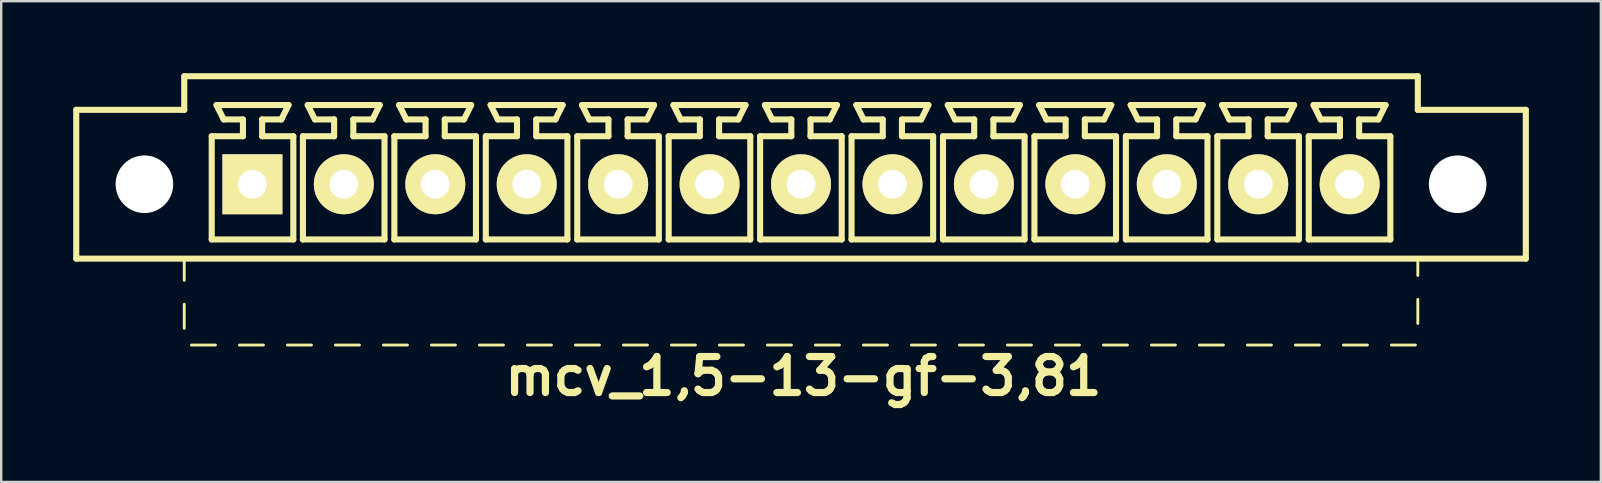
<source format=kicad_pcb>
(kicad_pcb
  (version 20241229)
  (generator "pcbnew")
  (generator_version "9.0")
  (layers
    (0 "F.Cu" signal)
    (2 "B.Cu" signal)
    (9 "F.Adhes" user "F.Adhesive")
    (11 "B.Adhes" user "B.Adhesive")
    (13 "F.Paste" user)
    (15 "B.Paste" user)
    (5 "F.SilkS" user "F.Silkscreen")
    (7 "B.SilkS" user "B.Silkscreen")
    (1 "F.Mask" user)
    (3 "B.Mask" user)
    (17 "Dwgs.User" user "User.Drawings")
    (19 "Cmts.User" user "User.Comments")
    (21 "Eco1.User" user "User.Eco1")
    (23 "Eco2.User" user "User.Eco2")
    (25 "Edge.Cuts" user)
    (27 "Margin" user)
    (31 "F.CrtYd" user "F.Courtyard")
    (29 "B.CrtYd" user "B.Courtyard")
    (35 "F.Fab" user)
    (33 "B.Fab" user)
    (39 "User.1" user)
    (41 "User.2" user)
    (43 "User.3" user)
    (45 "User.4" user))
  (footprint "mcv_1,5-13-gf-3,81"
    (layer "F.Cu")
    (at 30.327 4.627)
    (property "Reference" "mcv_1,5-13-gf-3,81" (at 0.1 8 0) (layer "F.SilkS") (effects (font (size 1.5 1.5) (thickness 0.3))))
    (attr through_hole)
    (fp_line (start -30.2 3.1) (end -30.2 -3.1) (stroke (width 0.254) (type solid)) (layer "F.SilkS"))
    (fp_line (start -30.2 3.1) (end 30.2 3.1) (stroke (width 0.254) (type solid)) (layer "F.SilkS"))
    (fp_line (start -25.7 -4.5) (end -25.7 -3.1) (stroke (width 0.254) (type solid)) (layer "F.SilkS"))
    (fp_line (start -25.7 -4.5) (end 25.7 -4.5) (stroke (width 0.254) (type solid)) (layer "F.SilkS"))
    (fp_line (start -25.7 -3.1) (end -30.2 -3.1) (stroke (width 0.254) (type solid)) (layer "F.SilkS"))
    (fp_line (start -25.7 3.1) (end -25.7 4) (stroke (width 0.12) (type solid)) (layer "F.SilkS"))
    (fp_line (start -25.7 5) (end -25.7 6) (stroke (width 0.12) (type solid)) (layer "F.SilkS"))
    (fp_line (start -25.4 6.7) (end -24.4 6.7) (stroke (width 0.12) (type solid)) (layer "F.SilkS"))
    (fp_line (start -24.555 -2) (end -23.255 -2) (stroke (width 0.254) (type solid)) (layer "F.SilkS"))
    (fp_line (start -24.555 2.3) (end -24.555 -2) (stroke (width 0.254) (type solid)) (layer "F.SilkS"))
    (fp_line (start -24.355 -3.3) (end -21.355 -3.3) (stroke (width 0.254) (type solid)) (layer "F.SilkS"))
    (fp_line (start -24.055 -2.7) (end -24.355 -3.3) (stroke (width 0.254) (type solid)) (layer "F.SilkS"))
    (fp_line (start -23.4 6.7) (end -22.4 6.7) (stroke (width 0.12) (type solid)) (layer "F.SilkS"))
    (fp_line (start -23.255 -2.7) (end -24.055 -2.7) (stroke (width 0.254) (type solid)) (layer "F.SilkS"))
    (fp_line (start -23.255 -2) (end -23.255 -2.7) (stroke (width 0.254) (type solid)) (layer "F.SilkS"))
    (fp_line (start -22.455 -2.7) (end -22.455 -2) (stroke (width 0.254) (type solid)) (layer "F.SilkS"))
    (fp_line (start -22.455 -2) (end -21.155 -2) (stroke (width 0.254) (type solid)) (layer "F.SilkS"))
    (fp_line (start -21.655 -2.7) (end -22.455 -2.7) (stroke (width 0.254) (type solid)) (layer "F.SilkS"))
    (fp_line (start -21.655 -2.7) (end -21.355 -3.3) (stroke (width 0.254) (type solid)) (layer "F.SilkS"))
    (fp_line (start -21.4 6.7) (end -20.4 6.7) (stroke (width 0.12) (type solid)) (layer "F.SilkS"))
    (fp_line (start -21.155 -2) (end -21.155 2.3) (stroke (width 0.254) (type solid)) (layer "F.SilkS"))
    (fp_line (start -21.155 2.3) (end -24.555 2.3) (stroke (width 0.254) (type solid)) (layer "F.SilkS"))
    (fp_line (start -20.755 -2) (end -19.455 -2) (stroke (width 0.254) (type solid)) (layer "F.SilkS"))
    (fp_line (start -20.755 2.3) (end -20.755 -2) (stroke (width 0.254) (type solid)) (layer "F.SilkS"))
    (fp_line (start -20.555 -3.3) (end -17.555 -3.3) (stroke (width 0.254) (type solid)) (layer "F.SilkS"))
    (fp_line (start -20.255 -2.7) (end -20.555 -3.3) (stroke (width 0.254) (type solid)) (layer "F.SilkS"))
    (fp_line (start -19.455 -2.7) (end -20.255 -2.7) (stroke (width 0.254) (type solid)) (layer "F.SilkS"))
    (fp_line (start -19.455 -2) (end -19.455 -2.7) (stroke (width 0.254) (type solid)) (layer "F.SilkS"))
    (fp_line (start -19.4 6.7) (end -18.4 6.7) (stroke (width 0.12) (type solid)) (layer "F.SilkS"))
    (fp_line (start -18.655 -2.7) (end -18.655 -2) (stroke (width 0.254) (type solid)) (layer "F.SilkS"))
    (fp_line (start -18.655 -2) (end -17.355 -2) (stroke (width 0.254) (type solid)) (layer "F.SilkS"))
    (fp_line (start -17.855 -2.7) (end -18.655 -2.7) (stroke (width 0.254) (type solid)) (layer "F.SilkS"))
    (fp_line (start -17.855 -2.7) (end -17.555 -3.3) (stroke (width 0.254) (type solid)) (layer "F.SilkS"))
    (fp_line (start -17.4 6.7) (end -16.4 6.7) (stroke (width 0.12) (type solid)) (layer "F.SilkS"))
    (fp_line (start -17.355 -2) (end -17.355 2.3) (stroke (width 0.254) (type solid)) (layer "F.SilkS"))
    (fp_line (start -17.355 2.3) (end -20.755 2.3) (stroke (width 0.254) (type solid)) (layer "F.SilkS"))
    (fp_line (start -16.945 -2) (end -15.645 -2) (stroke (width 0.254) (type solid)) (layer "F.SilkS"))
    (fp_line (start -16.945 2.3) (end -16.945 -2) (stroke (width 0.254) (type solid)) (layer "F.SilkS"))
    (fp_line (start -16.745 -3.3) (end -13.745 -3.3) (stroke (width 0.254) (type solid)) (layer "F.SilkS"))
    (fp_line (start -16.445 -2.7) (end -16.745 -3.3) (stroke (width 0.254) (type solid)) (layer "F.SilkS"))
    (fp_line (start -15.645 -2.7) (end -16.445 -2.7) (stroke (width 0.254) (type solid)) (layer "F.SilkS"))
    (fp_line (start -15.645 -2) (end -15.645 -2.7) (stroke (width 0.254) (type solid)) (layer "F.SilkS"))
    (fp_line (start -15.4 6.7) (end -14.4 6.7) (stroke (width 0.12) (type solid)) (layer "F.SilkS"))
    (fp_line (start -14.845 -2.7) (end -14.845 -2) (stroke (width 0.254) (type solid)) (layer "F.SilkS"))
    (fp_line (start -14.845 -2) (end -13.545 -2) (stroke (width 0.254) (type solid)) (layer "F.SilkS"))
    (fp_line (start -14.045 -2.7) (end -14.845 -2.7) (stroke (width 0.254) (type solid)) (layer "F.SilkS"))
    (fp_line (start -14.045 -2.7) (end -13.745 -3.3) (stroke (width 0.254) (type solid)) (layer "F.SilkS"))
    (fp_line (start -13.545 -2) (end -13.545 2.3) (stroke (width 0.254) (type solid)) (layer "F.SilkS"))
    (fp_line (start -13.545 2.3) (end -16.945 2.3) (stroke (width 0.254) (type solid)) (layer "F.SilkS"))
    (fp_line (start -13.4 6.7) (end -12.4 6.7) (stroke (width 0.12) (type solid)) (layer "F.SilkS"))
    (fp_line (start -13.135 -2) (end -11.835 -2) (stroke (width 0.254) (type solid)) (layer "F.SilkS"))
    (fp_line (start -13.135 2.3) (end -13.135 -2) (stroke (width 0.254) (type solid)) (layer "F.SilkS"))
    (fp_line (start -12.935 -3.3) (end -9.935 -3.3) (stroke (width 0.254) (type solid)) (layer "F.SilkS"))
    (fp_line (start -12.635 -2.7) (end -12.935 -3.3) (stroke (width 0.254) (type solid)) (layer "F.SilkS"))
    (fp_line (start -11.835 -2.7) (end -12.635 -2.7) (stroke (width 0.254) (type solid)) (layer "F.SilkS"))
    (fp_line (start -11.835 -2) (end -11.835 -2.7) (stroke (width 0.254) (type solid)) (layer "F.SilkS"))
    (fp_line (start -11.4 6.7) (end -10.4 6.7) (stroke (width 0.12) (type solid)) (layer "F.SilkS"))
    (fp_line (start -11.035 -2.7) (end -11.035 -2) (stroke (width 0.254) (type solid)) (layer "F.SilkS"))
    (fp_line (start -11.035 -2) (end -9.735 -2) (stroke (width 0.254) (type solid)) (layer "F.SilkS"))
    (fp_line (start -10.235 -2.7) (end -11.035 -2.7) (stroke (width 0.254) (type solid)) (layer "F.SilkS"))
    (fp_line (start -10.235 -2.7) (end -9.935 -3.3) (stroke (width 0.254) (type solid)) (layer "F.SilkS"))
    (fp_line (start -9.735 -2) (end -9.735 2.3) (stroke (width 0.254) (type solid)) (layer "F.SilkS"))
    (fp_line (start -9.735 2.3) (end -13.135 2.3) (stroke (width 0.254) (type solid)) (layer "F.SilkS"))
    (fp_line (start -9.4 6.7) (end -8.4 6.7) (stroke (width 0.12) (type solid)) (layer "F.SilkS"))
    (fp_line (start -9.325 -2) (end -8.025 -2) (stroke (width 0.254) (type solid)) (layer "F.SilkS"))
    (fp_line (start -9.325 2.3) (end -9.325 -2) (stroke (width 0.254) (type solid)) (layer "F.SilkS"))
    (fp_line (start -9.125 -3.3) (end -6.125 -3.3) (stroke (width 0.254) (type solid)) (layer "F.SilkS"))
    (fp_line (start -8.825 -2.7) (end -9.125 -3.3) (stroke (width 0.254) (type solid)) (layer "F.SilkS"))
    (fp_line (start -8.025 -2.7) (end -8.825 -2.7) (stroke (width 0.254) (type solid)) (layer "F.SilkS"))
    (fp_line (start -8.025 -2) (end -8.025 -2.7) (stroke (width 0.254) (type solid)) (layer "F.SilkS"))
    (fp_line (start -7.4 6.7) (end -6.4 6.7) (stroke (width 0.12) (type solid)) (layer "F.SilkS"))
    (fp_line (start -7.225 -2.7) (end -7.225 -2) (stroke (width 0.254) (type solid)) (layer "F.SilkS"))
    (fp_line (start -7.225 -2) (end -5.925 -2) (stroke (width 0.254) (type solid)) (layer "F.SilkS"))
    (fp_line (start -6.425 -2.7) (end -7.225 -2.7) (stroke (width 0.254) (type solid)) (layer "F.SilkS"))
    (fp_line (start -6.425 -2.7) (end -6.125 -3.3) (stroke (width 0.254) (type solid)) (layer "F.SilkS"))
    (fp_line (start -5.925 -2) (end -5.925 2.3) (stroke (width 0.254) (type solid)) (layer "F.SilkS"))
    (fp_line (start -5.925 2.3) (end -9.325 2.3) (stroke (width 0.254) (type solid)) (layer "F.SilkS"))
    (fp_line (start -5.515 -2) (end -4.215 -2) (stroke (width 0.254) (type solid)) (layer "F.SilkS"))
    (fp_line (start -5.515 2.3) (end -5.515 -2) (stroke (width 0.254) (type solid)) (layer "F.SilkS"))
    (fp_line (start -5.4 6.7) (end -4.4 6.7) (stroke (width 0.12) (type solid)) (layer "F.SilkS"))
    (fp_line (start -5.315 -3.3) (end -2.315 -3.3) (stroke (width 0.254) (type solid)) (layer "F.SilkS"))
    (fp_line (start -5.015 -2.7) (end -5.315 -3.3) (stroke (width 0.254) (type solid)) (layer "F.SilkS"))
    (fp_line (start -4.215 -2.7) (end -5.015 -2.7) (stroke (width 0.254) (type solid)) (layer "F.SilkS"))
    (fp_line (start -4.215 -2) (end -4.215 -2.7) (stroke (width 0.254) (type solid)) (layer "F.SilkS"))
    (fp_line (start -3.415 -2.7) (end -3.415 -2) (stroke (width 0.254) (type solid)) (layer "F.SilkS"))
    (fp_line (start -3.415 -2) (end -2.115 -2) (stroke (width 0.254) (type solid)) (layer "F.SilkS"))
    (fp_line (start -3.4 6.7) (end -2.4 6.7) (stroke (width 0.12) (type solid)) (layer "F.SilkS"))
    (fp_line (start -2.615 -2.7) (end -3.415 -2.7) (stroke (width 0.254) (type solid)) (layer "F.SilkS"))
    (fp_line (start -2.615 -2.7) (end -2.315 -3.3) (stroke (width 0.254) (type solid)) (layer "F.SilkS"))
    (fp_line (start -2.115 -2) (end -2.115 2.3) (stroke (width 0.254) (type solid)) (layer "F.SilkS"))
    (fp_line (start -2.115 2.3) (end -5.515 2.3) (stroke (width 0.254) (type solid)) (layer "F.SilkS"))
    (fp_line (start -1.705 -2) (end -0.405 -2) (stroke (width 0.254) (type solid)) (layer "F.SilkS"))
    (fp_line (start -1.705 2.3) (end -1.705 -2) (stroke (width 0.254) (type solid)) (layer "F.SilkS"))
    (fp_line (start -1.505 -3.3) (end 1.495 -3.3) (stroke (width 0.254) (type solid)) (layer "F.SilkS"))
    (fp_line (start -1.4 6.7) (end -0.4 6.7) (stroke (width 0.12) (type solid)) (layer "F.SilkS"))
    (fp_line (start -1.205 -2.7) (end -1.505 -3.3) (stroke (width 0.254) (type solid)) (layer "F.SilkS"))
    (fp_line (start -0.405 -2.7) (end -1.205 -2.7) (stroke (width 0.254) (type solid)) (layer "F.SilkS"))
    (fp_line (start -0.405 -2) (end -0.405 -2.7) (stroke (width 0.254) (type solid)) (layer "F.SilkS"))
    (fp_line (start 0.395 -2.7) (end 0.395 -2) (stroke (width 0.254) (type solid)) (layer "F.SilkS"))
    (fp_line (start 0.395 -2) (end 1.695 -2) (stroke (width 0.254) (type solid)) (layer "F.SilkS"))
    (fp_line (start 0.6 6.7) (end 1.6 6.7) (stroke (width 0.12) (type solid)) (layer "F.SilkS"))
    (fp_line (start 1.195 -2.7) (end 0.395 -2.7) (stroke (width 0.254) (type solid)) (layer "F.SilkS"))
    (fp_line (start 1.195 -2.7) (end 1.495 -3.3) (stroke (width 0.254) (type solid)) (layer "F.SilkS"))
    (fp_line (start 1.695 -2) (end 1.695 2.3) (stroke (width 0.254) (type solid)) (layer "F.SilkS"))
    (fp_line (start 1.695 2.3) (end -1.705 2.3) (stroke (width 0.254) (type solid)) (layer "F.SilkS"))
    (fp_line (start 2.105 -2) (end 3.405 -2) (stroke (width 0.254) (type solid)) (layer "F.SilkS"))
    (fp_line (start 2.105 2.3) (end 2.105 -2) (stroke (width 0.254) (type solid)) (layer "F.SilkS"))
    (fp_line (start 2.305 -3.3) (end 5.305 -3.3) (stroke (width 0.254) (type solid)) (layer "F.SilkS"))
    (fp_line (start 2.6 6.7) (end 3.6 6.7) (stroke (width 0.12) (type solid)) (layer "F.SilkS"))
    (fp_line (start 2.605 -2.7) (end 2.305 -3.3) (stroke (width 0.254) (type solid)) (layer "F.SilkS"))
    (fp_line (start 3.405 -2.7) (end 2.605 -2.7) (stroke (width 0.254) (type solid)) (layer "F.SilkS"))
    (fp_line (start 3.405 -2) (end 3.405 -2.7) (stroke (width 0.254) (type solid)) (layer "F.SilkS"))
    (fp_line (start 4.205 -2.7) (end 4.205 -2) (stroke (width 0.254) (type solid)) (layer "F.SilkS"))
    (fp_line (start 4.205 -2) (end 5.505 -2) (stroke (width 0.254) (type solid)) (layer "F.SilkS"))
    (fp_line (start 4.6 6.7) (end 5.6 6.7) (stroke (width 0.12) (type solid)) (layer "F.SilkS"))
    (fp_line (start 5.005 -2.7) (end 4.205 -2.7) (stroke (width 0.254) (type solid)) (layer "F.SilkS"))
    (fp_line (start 5.005 -2.7) (end 5.305 -3.3) (stroke (width 0.254) (type solid)) (layer "F.SilkS"))
    (fp_line (start 5.505 -2) (end 5.505 2.3) (stroke (width 0.254) (type solid)) (layer "F.SilkS"))
    (fp_line (start 5.505 2.3) (end 2.105 2.3) (stroke (width 0.254) (type solid)) (layer "F.SilkS"))
    (fp_line (start 5.915 -2) (end 7.215 -2) (stroke (width 0.254) (type solid)) (layer "F.SilkS"))
    (fp_line (start 5.915 2.3) (end 5.915 -2) (stroke (width 0.254) (type solid)) (layer "F.SilkS"))
    (fp_line (start 6.115 -3.3) (end 9.115 -3.3) (stroke (width 0.254) (type solid)) (layer "F.SilkS"))
    (fp_line (start 6.415 -2.7) (end 6.115 -3.3) (stroke (width 0.254) (type solid)) (layer "F.SilkS"))
    (fp_line (start 6.6 6.7) (end 7.6 6.7) (stroke (width 0.12) (type solid)) (layer "F.SilkS"))
    (fp_line (start 7.215 -2.7) (end 6.415 -2.7) (stroke (width 0.254) (type solid)) (layer "F.SilkS"))
    (fp_line (start 7.215 -2) (end 7.215 -2.7) (stroke (width 0.254) (type solid)) (layer "F.SilkS"))
    (fp_line (start 8.015 -2.7) (end 8.015 -2) (stroke (width 0.254) (type solid)) (layer "F.SilkS"))
    (fp_line (start 8.015 -2) (end 9.315 -2) (stroke (width 0.254) (type solid)) (layer "F.SilkS"))
    (fp_line (start 8.6 6.7) (end 9.6 6.7) (stroke (width 0.12) (type solid)) (layer "F.SilkS"))
    (fp_line (start 8.815 -2.7) (end 8.015 -2.7) (stroke (width 0.254) (type solid)) (layer "F.SilkS"))
    (fp_line (start 8.815 -2.7) (end 9.115 -3.3) (stroke (width 0.254) (type solid)) (layer "F.SilkS"))
    (fp_line (start 9.315 -2) (end 9.315 2.3) (stroke (width 0.254) (type solid)) (layer "F.SilkS"))
    (fp_line (start 9.315 2.3) (end 5.915 2.3) (stroke (width 0.254) (type solid)) (layer "F.SilkS"))
    (fp_line (start 9.725 -2) (end 11.025 -2) (stroke (width 0.254) (type solid)) (layer "F.SilkS"))
    (fp_line (start 9.725 2.3) (end 9.725 -2) (stroke (width 0.254) (type solid)) (layer "F.SilkS"))
    (fp_line (start 9.925 -3.3) (end 12.925 -3.3) (stroke (width 0.254) (type solid)) (layer "F.SilkS"))
    (fp_line (start 10.225 -2.7) (end 9.925 -3.3) (stroke (width 0.254) (type solid)) (layer "F.SilkS"))
    (fp_line (start 10.6 6.7) (end 11.6 6.7) (stroke (width 0.12) (type solid)) (layer "F.SilkS"))
    (fp_line (start 11.025 -2.7) (end 10.225 -2.7) (stroke (width 0.254) (type solid)) (layer "F.SilkS"))
    (fp_line (start 11.025 -2) (end 11.025 -2.7) (stroke (width 0.254) (type solid)) (layer "F.SilkS"))
    (fp_line (start 11.825 -2.7) (end 11.825 -2) (stroke (width 0.254) (type solid)) (layer "F.SilkS"))
    (fp_line (start 11.825 -2) (end 13.125 -2) (stroke (width 0.254) (type solid)) (layer "F.SilkS"))
    (fp_line (start 12.6 6.7) (end 13.6 6.7) (stroke (width 0.12) (type solid)) (layer "F.SilkS"))
    (fp_line (start 12.625 -2.7) (end 11.825 -2.7) (stroke (width 0.254) (type solid)) (layer "F.SilkS"))
    (fp_line (start 12.625 -2.7) (end 12.925 -3.3) (stroke (width 0.254) (type solid)) (layer "F.SilkS"))
    (fp_line (start 13.125 -2) (end 13.125 2.3) (stroke (width 0.254) (type solid)) (layer "F.SilkS"))
    (fp_line (start 13.125 2.3) (end 9.725 2.3) (stroke (width 0.254) (type solid)) (layer "F.SilkS"))
    (fp_line (start 13.535 -2) (end 14.835 -2) (stroke (width 0.254) (type solid)) (layer "F.SilkS"))
    (fp_line (start 13.535 2.3) (end 13.535 -2) (stroke (width 0.254) (type solid)) (layer "F.SilkS"))
    (fp_line (start 13.735 -3.3) (end 16.735 -3.3) (stroke (width 0.254) (type solid)) (layer "F.SilkS"))
    (fp_line (start 14.035 -2.7) (end 13.735 -3.3) (stroke (width 0.254) (type solid)) (layer "F.SilkS"))
    (fp_line (start 14.6 6.7) (end 15.6 6.7) (stroke (width 0.12) (type solid)) (layer "F.SilkS"))
    (fp_line (start 14.835 -2.7) (end 14.035 -2.7) (stroke (width 0.254) (type solid)) (layer "F.SilkS"))
    (fp_line (start 14.835 -2) (end 14.835 -2.7) (stroke (width 0.254) (type solid)) (layer "F.SilkS"))
    (fp_line (start 15.635 -2.7) (end 15.635 -2) (stroke (width 0.254) (type solid)) (layer "F.SilkS"))
    (fp_line (start 15.635 -2) (end 16.935 -2) (stroke (width 0.254) (type solid)) (layer "F.SilkS"))
    (fp_line (start 16.435 -2.7) (end 15.635 -2.7) (stroke (width 0.254) (type solid)) (layer "F.SilkS"))
    (fp_line (start 16.435 -2.7) (end 16.735 -3.3) (stroke (width 0.254) (type solid)) (layer "F.SilkS"))
    (fp_line (start 16.6 6.7) (end 17.6 6.7) (stroke (width 0.12) (type solid)) (layer "F.SilkS"))
    (fp_line (start 16.935 -2) (end 16.935 2.3) (stroke (width 0.254) (type solid)) (layer "F.SilkS"))
    (fp_line (start 16.935 2.3) (end 13.535 2.3) (stroke (width 0.254) (type solid)) (layer "F.SilkS"))
    (fp_line (start 17.345 -2) (end 18.645 -2) (stroke (width 0.254) (type solid)) (layer "F.SilkS"))
    (fp_line (start 17.345 2.3) (end 17.345 -2) (stroke (width 0.254) (type solid)) (layer "F.SilkS"))
    (fp_line (start 17.545 -3.3) (end 20.545 -3.3) (stroke (width 0.254) (type solid)) (layer "F.SilkS"))
    (fp_line (start 17.845 -2.7) (end 17.545 -3.3) (stroke (width 0.254) (type solid)) (layer "F.SilkS"))
    (fp_line (start 18.6 6.7) (end 19.6 6.7) (stroke (width 0.12) (type solid)) (layer "F.SilkS"))
    (fp_line (start 18.645 -2.7) (end 17.845 -2.7) (stroke (width 0.254) (type solid)) (layer "F.SilkS"))
    (fp_line (start 18.645 -2) (end 18.645 -2.7) (stroke (width 0.254) (type solid)) (layer "F.SilkS"))
    (fp_line (start 19.445 -2.7) (end 19.445 -2) (stroke (width 0.254) (type solid)) (layer "F.SilkS"))
    (fp_line (start 19.445 -2) (end 20.745 -2) (stroke (width 0.254) (type solid)) (layer "F.SilkS"))
    (fp_line (start 20.245 -2.7) (end 19.445 -2.7) (stroke (width 0.254) (type solid)) (layer "F.SilkS"))
    (fp_line (start 20.245 -2.7) (end 20.545 -3.3) (stroke (width 0.254) (type solid)) (layer "F.SilkS"))
    (fp_line (start 20.6 6.7) (end 21.6 6.7) (stroke (width 0.12) (type solid)) (layer "F.SilkS"))
    (fp_line (start 20.745 -2) (end 20.745 2.3) (stroke (width 0.254) (type solid)) (layer "F.SilkS"))
    (fp_line (start 20.745 2.3) (end 17.345 2.3) (stroke (width 0.254) (type solid)) (layer "F.SilkS"))
    (fp_line (start 21.155 -2) (end 22.455 -2) (stroke (width 0.254) (type solid)) (layer "F.SilkS"))
    (fp_line (start 21.155 2.3) (end 21.155 -2) (stroke (width 0.254) (type solid)) (layer "F.SilkS"))
    (fp_line (start 21.355 -3.3) (end 24.355 -3.3) (stroke (width 0.254) (type solid)) (layer "F.SilkS"))
    (fp_line (start 21.655 -2.7) (end 21.355 -3.3) (stroke (width 0.254) (type solid)) (layer "F.SilkS"))
    (fp_line (start 22.455 -2.7) (end 21.655 -2.7) (stroke (width 0.254) (type solid)) (layer "F.SilkS"))
    (fp_line (start 22.455 -2) (end 22.455 -2.7) (stroke (width 0.254) (type solid)) (layer "F.SilkS"))
    (fp_line (start 22.6 6.7) (end 23.6 6.7) (stroke (width 0.12) (type solid)) (layer "F.SilkS"))
    (fp_line (start 23.255 -2.7) (end 23.255 -2) (stroke (width 0.254) (type solid)) (layer "F.SilkS"))
    (fp_line (start 23.255 -2) (end 24.555 -2) (stroke (width 0.254) (type solid)) (layer "F.SilkS"))
    (fp_line (start 24.055 -2.7) (end 23.255 -2.7) (stroke (width 0.254) (type solid)) (layer "F.SilkS"))
    (fp_line (start 24.055 -2.7) (end 24.355 -3.3) (stroke (width 0.254) (type solid)) (layer "F.SilkS"))
    (fp_line (start 24.555 -2) (end 24.555 2.3) (stroke (width 0.254) (type solid)) (layer "F.SilkS"))
    (fp_line (start 24.555 2.3) (end 21.155 2.3) (stroke (width 0.254) (type solid)) (layer "F.SilkS"))
    (fp_line (start 24.6 6.7) (end 25.6 6.7) (stroke (width 0.12) (type solid)) (layer "F.SilkS"))
    (fp_line (start 25.7 -4.5) (end 25.7 -3.1) (stroke (width 0.254) (type solid)) (layer "F.SilkS"))
    (fp_line (start 25.7 -3.1) (end 30.2 -3.1) (stroke (width 0.254) (type solid)) (layer "F.SilkS"))
    (fp_line (start 25.7 3.8) (end 25.7 3.1) (stroke (width 0.12) (type solid)) (layer "F.SilkS"))
    (fp_line (start 25.7 5.8) (end 25.7 4.8) (stroke (width 0.12) (type solid)) (layer "F.SilkS"))
    (fp_line (start 30.2 3.1) (end 30.2 -3.1) (stroke (width 0.254) (type solid)) (layer "F.SilkS"))
    (pad "" np_thru_hole circle (at -27.36 0) (size 2.4 2.4) (drill 2.4) (layers "*.Cu" "*.Mask"))
    (pad "" np_thru_hole circle (at 27.36 0) (size 2.4 2.4) (drill 2.4) (layers "*.Cu" "*.Mask"))
    (pad "1" thru_hole rect (at -22.86 0) (size 2.5 2.5) (drill 1.2) (layers "*.Cu" "*.Mask" "F.SilkS"))
    (pad "2" thru_hole circle (at -19.05 0) (size 2.5 2.5) (drill 1.2) (layers "*.Cu" "*.Mask" "F.SilkS"))
    (pad "3" thru_hole circle (at -15.24 0) (size 2.5 2.5) (drill 1.2) (layers "*.Cu" "*.Mask" "F.SilkS"))
    (pad "4" thru_hole circle (at -11.43 0) (size 2.5 2.5) (drill 1.2) (layers "*.Cu" "*.Mask" "F.SilkS"))
    (pad "5" thru_hole circle (at -7.62 0) (size 2.5 2.5) (drill 1.2) (layers "*.Cu" "*.Mask" "F.SilkS"))
    (pad "6" thru_hole circle (at -3.81 0) (size 2.5 2.5) (drill 1.2) (layers "*.Cu" "*.Mask" "F.SilkS"))
    (pad "7" thru_hole circle (at 0 0) (size 2.5 2.5) (drill 1.2) (layers "*.Cu" "*.Mask" "F.SilkS"))
    (pad "8" thru_hole circle (at 3.81 0) (size 2.5 2.5) (drill 1.2) (layers "*.Cu" "*.Mask" "F.SilkS"))
    (pad "9" thru_hole circle (at 7.62 0) (size 2.5 2.5) (drill 1.2) (layers "*.Cu" "*.Mask" "F.SilkS"))
    (pad "10" thru_hole circle (at 11.43 0) (size 2.5 2.5) (drill 1.2) (layers "*.Cu" "*.Mask" "F.SilkS"))
    (pad "11" thru_hole circle (at 15.24 0) (size 2.5 2.5) (drill 1.2) (layers "*.Cu" "*.Mask" "F.SilkS"))
    (pad "12" thru_hole circle (at 19.05 0) (size 2.5 2.5) (drill 1.2) (layers "*.Cu" "*.Mask" "F.SilkS"))
    (pad "13" thru_hole circle (at 22.86 0) (size 2.5 2.5) (drill 1.2) (layers "*.Cu" "*.Mask" "F.SilkS")))
  (gr_rect
    (start -3 -3)
    (end 63.654 17.031)
    (stroke (width 0.1) (type default))
    (fill no)
    (layer "Edge.Cuts")))
</source>
